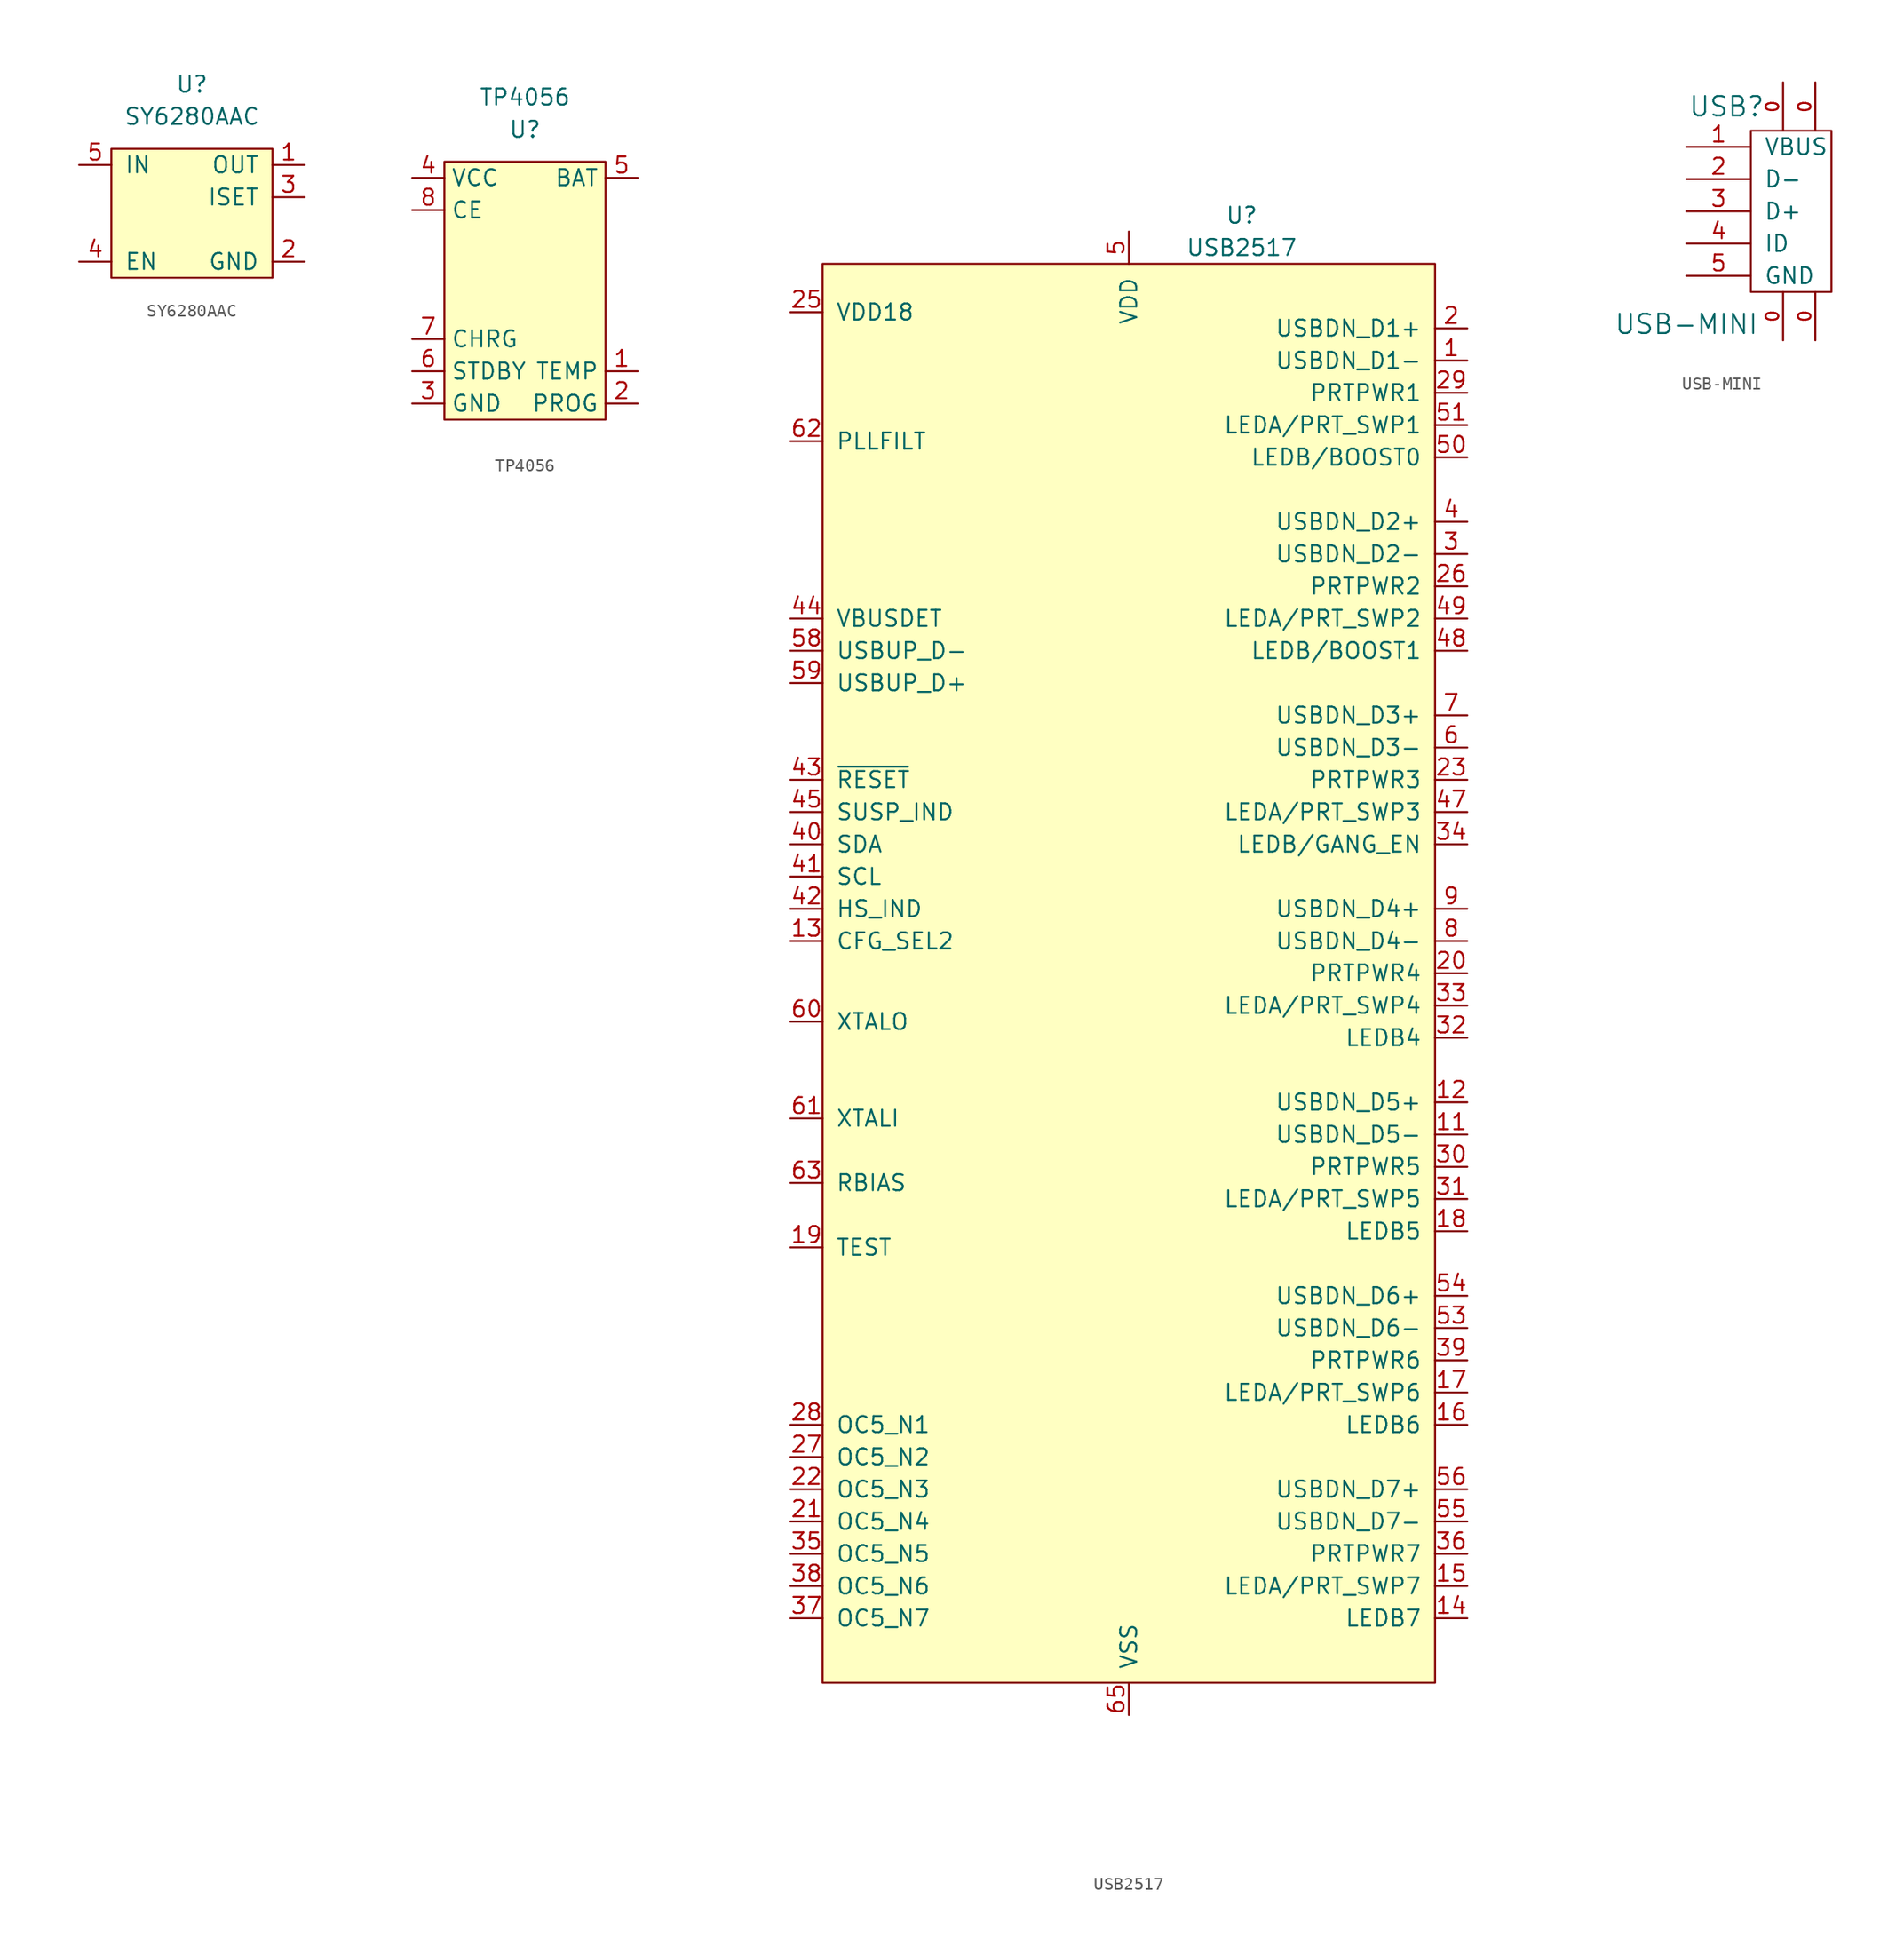
<source format=kicad_sym>
(kicad_symbol_lib
  (version 20211014)
  (generator kicad_symbol_editor)
  (symbol "SY6280AAC"
    (pin_names
      (offset 1.016))
    (property "Reference" "U"
      (at 0 10.16 0)
      (effects (font (size 1.27 1.27))))
    (property "Value" "SY6280AAC"
      (at 0 7.62 0)
      (effects (font (size 1.27 1.27))))
    (symbol "SY6280AAC_0_1"
      (rectangle (start -6.35 5.08) (end 6.35 -5.08) (stroke (width 0) (type default) (color 0 0 0 0)) (fill (type background))))
    (symbol "SY6280AAC_1_1"
      (pin input line (at 8.89 3.81 180) (length 2.54) (name "OUT" (effects (font (size 1.27 1.27)))) (number "1" (effects (font (size 1.27 1.27)))))
      (pin input line (at 8.89 -3.81 180) (length 2.54) (name "GND" (effects (font (size 1.27 1.27)))) (number "2" (effects (font (size 1.27 1.27)))))
      (pin input line (at 8.89 1.27 180) (length 2.54) (name "ISET" (effects (font (size 1.27 1.27)))) (number "3" (effects (font (size 1.27 1.27)))))
      (pin input line (at -8.89 -3.81 0) (length 2.54) (name "EN" (effects (font (size 1.27 1.27)))) (number "4" (effects (font (size 1.27 1.27)))))
      (pin input line (at -8.89 3.81 0) (length 2.54) (name "IN" (effects (font (size 1.27 1.27)))) (number "5" (effects (font (size 1.27 1.27)))))))
  (symbol "TP4056"
    (property "Reference" "U"
      (at 0 12.7 0)
      (effects (font (size 1.27 1.27))))
    (property "Value" "TP4056"
      (at 0 15.24 0)
      (effects (font (size 1.27 1.27))))
    (symbol "TP4056_0_1"
      (rectangle (start -6.35 10.16) (end 6.35 -10.16) (stroke (width 0) (type default) (color 0 0 0 0)) (fill (type background))))
    (symbol "TP4056_1_1"
      (pin input line (at 8.89 -6.35 180) (length 2.54) (name "TEMP" (effects (font (size 1.27 1.27)))) (number "1" (effects (font (size 1.27 1.27)))))
      (pin input line (at 8.89 -8.89 180) (length 2.54) (name "PROG" (effects (font (size 1.27 1.27)))) (number "2" (effects (font (size 1.27 1.27)))))
      (pin input line (at -8.89 -8.89 0) (length 2.54) (name "GND" (effects (font (size 1.27 1.27)))) (number "3" (effects (font (size 1.27 1.27)))))
      (pin input line (at -8.89 8.89 0) (length 2.54) (name "VCC" (effects (font (size 1.27 1.27)))) (number "4" (effects (font (size 1.27 1.27)))))
      (pin input line (at 8.89 8.89 180) (length 2.54) (name "BAT" (effects (font (size 1.27 1.27)))) (number "5" (effects (font (size 1.27 1.27)))))
      (pin input line (at -8.89 -6.35 0) (length 2.54) (name "STDBY" (effects (font (size 1.27 1.27)))) (number "6" (effects (font (size 1.27 1.27)))))
      (pin input line (at -8.89 -3.81 0) (length 2.54) (name "CHRG" (effects (font (size 1.27 1.27)))) (number "7" (effects (font (size 1.27 1.27)))))
      (pin input line (at -8.89 6.35 0) (length 2.54) (name "CE" (effects (font (size 1.27 1.27)))) (number "8" (effects (font (size 1.27 1.27)))))))
  (symbol "USB2517"
    (pin_names
      (offset 1.016))
    (property "Reference" "U"
      (at 8.89 59.69 0)
      (effects (font (size 1.27 1.27))))
    (property "Value" "USB2517"
      (at 8.89 57.15 0)
      (effects (font (size 1.27 1.27))))
    (symbol "USB2517_0_1"
      (rectangle (start 24.13 -55.88) (end -24.13 55.88) (stroke (width 0) (type default) (color 0 0 0 0)) (fill (type background))))
    (symbol "USB2517_1_1"
      (pin passive line (at 26.67 48.26 180) (length 2.54) (name "USBDN_D1-" (effects (font (size 1.27 1.27)))) (number "1" (effects (font (size 1.27 1.27)))))
      (pin passive line (at 0 58.42 270) (length 2.54) hide (name "VDD" (effects (font (size 1.27 1.27)))) (number "10" (effects (font (size 1.27 1.27)))))
      (pin passive line (at 26.67 -12.7 180) (length 2.54) (name "USBDN_D5-" (effects (font (size 1.27 1.27)))) (number "11" (effects (font (size 1.27 1.27)))))
      (pin passive line (at 26.67 -10.16 180) (length 2.54) (name "USBDN_D5+" (effects (font (size 1.27 1.27)))) (number "12" (effects (font (size 1.27 1.27)))))
      (pin passive line (at -26.67 2.54 0) (length 2.54) (name "CFG_SEL2" (effects (font (size 1.27 1.27)))) (number "13" (effects (font (size 1.27 1.27)))))
      (pin passive line (at 26.67 -50.8 180) (length 2.54) (name "LEDB7" (effects (font (size 1.27 1.27)))) (number "14" (effects (font (size 1.27 1.27)))))
      (pin passive line (at 26.67 -48.26 180) (length 2.54) (name "LEDA/PRT_SWP7" (effects (font (size 1.27 1.27)))) (number "15" (effects (font (size 1.27 1.27)))))
      (pin passive line (at 26.67 -35.56 180) (length 2.54) (name "LEDB6" (effects (font (size 1.27 1.27)))) (number "16" (effects (font (size 1.27 1.27)))))
      (pin passive line (at 26.67 -33.02 180) (length 2.54) (name "LEDA/PRT_SWP6" (effects (font (size 1.27 1.27)))) (number "17" (effects (font (size 1.27 1.27)))))
      (pin passive line (at 26.67 -20.32 180) (length 2.54) (name "LEDB5" (effects (font (size 1.27 1.27)))) (number "18" (effects (font (size 1.27 1.27)))))
      (pin passive line (at -26.67 -21.59 0) (length 2.54) (name "TEST" (effects (font (size 1.27 1.27)))) (number "19" (effects (font (size 1.27 1.27)))))
      (pin passive line (at 26.67 50.8 180) (length 2.54) (name "USBDN_D1+" (effects (font (size 1.27 1.27)))) (number "2" (effects (font (size 1.27 1.27)))))
      (pin passive line (at 26.67 0 180) (length 2.54) (name "PRTPWR4" (effects (font (size 1.27 1.27)))) (number "20" (effects (font (size 1.27 1.27)))))
      (pin passive line (at -26.67 -43.18 0) (length 2.54) (name "OC5_N4" (effects (font (size 1.27 1.27)))) (number "21" (effects (font (size 1.27 1.27)))))
      (pin passive line (at -26.67 -40.64 0) (length 2.54) (name "OC5_N3" (effects (font (size 1.27 1.27)))) (number "22" (effects (font (size 1.27 1.27)))))
      (pin passive line (at 26.67 15.24 180) (length 2.54) (name "PRTPWR3" (effects (font (size 1.27 1.27)))) (number "23" (effects (font (size 1.27 1.27)))))
      (pin passive line (at 0 58.42 270) (length 2.54) hide (name "VDD" (effects (font (size 1.27 1.27)))) (number "24" (effects (font (size 1.27 1.27)))))
      (pin passive line (at -26.67 52.07 0) (length 2.54) (name "VDD18" (effects (font (size 1.27 1.27)))) (number "25" (effects (font (size 1.27 1.27)))))
      (pin passive line (at 26.67 30.48 180) (length 2.54) (name "PRTPWR2" (effects (font (size 1.27 1.27)))) (number "26" (effects (font (size 1.27 1.27)))))
      (pin passive line (at -26.67 -38.1 0) (length 2.54) (name "OC5_N2" (effects (font (size 1.27 1.27)))) (number "27" (effects (font (size 1.27 1.27)))))
      (pin passive line (at -26.67 -35.56 0) (length 2.54) (name "OC5_N1" (effects (font (size 1.27 1.27)))) (number "28" (effects (font (size 1.27 1.27)))))
      (pin passive line (at 26.67 45.72 180) (length 2.54) (name "PRTPWR1" (effects (font (size 1.27 1.27)))) (number "29" (effects (font (size 1.27 1.27)))))
      (pin passive line (at 26.67 33.02 180) (length 2.54) (name "USBDN_D2-" (effects (font (size 1.27 1.27)))) (number "3" (effects (font (size 1.27 1.27)))))
      (pin passive line (at 26.67 -15.24 180) (length 2.54) (name "PRTPWR5" (effects (font (size 1.27 1.27)))) (number "30" (effects (font (size 1.27 1.27)))))
      (pin passive line (at 26.67 -17.78 180) (length 2.54) (name "LEDA/PRT_SWP5" (effects (font (size 1.27 1.27)))) (number "31" (effects (font (size 1.27 1.27)))))
      (pin passive line (at 26.67 -5.08 180) (length 2.54) (name "LEDB4" (effects (font (size 1.27 1.27)))) (number "32" (effects (font (size 1.27 1.27)))))
      (pin passive line (at 26.67 -2.54 180) (length 2.54) (name "LEDA/PRT_SWP4" (effects (font (size 1.27 1.27)))) (number "33" (effects (font (size 1.27 1.27)))))
      (pin passive line (at 26.67 10.16 180) (length 2.54) (name "LEDB/GANG_EN" (effects (font (size 1.27 1.27)))) (number "34" (effects (font (size 1.27 1.27)))))
      (pin passive line (at -26.67 -45.72 0) (length 2.54) (name "OC5_N5" (effects (font (size 1.27 1.27)))) (number "35" (effects (font (size 1.27 1.27)))))
      (pin passive line (at 26.67 -45.72 180) (length 2.54) (name "PRTPWR7" (effects (font (size 1.27 1.27)))) (number "36" (effects (font (size 1.27 1.27)))))
      (pin passive line (at -26.67 -50.8 0) (length 2.54) (name "OC5_N7" (effects (font (size 1.27 1.27)))) (number "37" (effects (font (size 1.27 1.27)))))
      (pin passive line (at -26.67 -48.26 0) (length 2.54) (name "OC5_N6" (effects (font (size 1.27 1.27)))) (number "38" (effects (font (size 1.27 1.27)))))
      (pin passive line (at 26.67 -30.48 180) (length 2.54) (name "PRTPWR6" (effects (font (size 1.27 1.27)))) (number "39" (effects (font (size 1.27 1.27)))))
      (pin passive line (at 26.67 35.56 180) (length 2.54) (name "USBDN_D2+" (effects (font (size 1.27 1.27)))) (number "4" (effects (font (size 1.27 1.27)))))
      (pin passive line (at -26.67 10.16 0) (length 2.54) (name "SDA" (effects (font (size 1.27 1.27)))) (number "40" (effects (font (size 1.27 1.27)))))
      (pin passive line (at -26.67 7.62 0) (length 2.54) (name "SCL" (effects (font (size 1.27 1.27)))) (number "41" (effects (font (size 1.27 1.27)))))
      (pin passive line (at -26.67 5.08 0) (length 2.54) (name "HS_IND" (effects (font (size 1.27 1.27)))) (number "42" (effects (font (size 1.27 1.27)))))
      (pin passive line (at -26.67 15.24 0) (length 2.54) (name "~{RESET}" (effects (font (size 1.27 1.27)))) (number "43" (effects (font (size 1.27 1.27)))))
      (pin passive line (at -26.67 27.94 0) (length 2.54) (name "VBUSDET" (effects (font (size 1.27 1.27)))) (number "44" (effects (font (size 1.27 1.27)))))
      (pin passive line (at -26.67 12.7 0) (length 2.54) (name "SUSP_IND" (effects (font (size 1.27 1.27)))) (number "45" (effects (font (size 1.27 1.27)))))
      (pin passive line (at 0 58.42 270) (length 2.54) hide (name "VDD" (effects (font (size 1.27 1.27)))) (number "46" (effects (font (size 1.27 1.27)))))
      (pin passive line (at 26.67 12.7 180) (length 2.54) (name "LEDA/PRT_SWP3" (effects (font (size 1.27 1.27)))) (number "47" (effects (font (size 1.27 1.27)))))
      (pin passive line (at 26.67 25.4 180) (length 2.54) (name "LEDB/BOOST1" (effects (font (size 1.27 1.27)))) (number "48" (effects (font (size 1.27 1.27)))))
      (pin passive line (at 26.67 27.94 180) (length 2.54) (name "LEDA/PRT_SWP2" (effects (font (size 1.27 1.27)))) (number "49" (effects (font (size 1.27 1.27)))))
      (pin passive line (at 0 58.42 270) (length 2.54) (name "VDD" (effects (font (size 1.27 1.27)))) (number "5" (effects (font (size 1.27 1.27)))))
      (pin passive line (at 26.67 40.64 180) (length 2.54) (name "LEDB/BOOST0" (effects (font (size 1.27 1.27)))) (number "50" (effects (font (size 1.27 1.27)))))
      (pin passive line (at 26.67 43.18 180) (length 2.54) (name "LEDA/PRT_SWP1" (effects (font (size 1.27 1.27)))) (number "51" (effects (font (size 1.27 1.27)))))
      (pin passive line (at 0 58.42 270) (length 2.54) hide (name "VDD" (effects (font (size 1.27 1.27)))) (number "52" (effects (font (size 1.27 1.27)))))
      (pin passive line (at 26.67 -27.94 180) (length 2.54) (name "USBDN_D6-" (effects (font (size 1.27 1.27)))) (number "53" (effects (font (size 1.27 1.27)))))
      (pin passive line (at 26.67 -25.4 180) (length 2.54) (name "USBDN_D6+" (effects (font (size 1.27 1.27)))) (number "54" (effects (font (size 1.27 1.27)))))
      (pin passive line (at 26.67 -43.18 180) (length 2.54) (name "USBDN_D7-" (effects (font (size 1.27 1.27)))) (number "55" (effects (font (size 1.27 1.27)))))
      (pin passive line (at 26.67 -40.64 180) (length 2.54) (name "USBDN_D7+" (effects (font (size 1.27 1.27)))) (number "56" (effects (font (size 1.27 1.27)))))
      (pin passive line (at 0 58.42 270) (length 2.54) hide (name "VDD" (effects (font (size 1.27 1.27)))) (number "57" (effects (font (size 1.27 1.27)))))
      (pin passive line (at -26.67 25.4 0) (length 2.54) (name "USBUP_D-" (effects (font (size 1.27 1.27)))) (number "58" (effects (font (size 1.27 1.27)))))
      (pin passive line (at -26.67 22.86 0) (length 2.54) (name "USBUP_D+" (effects (font (size 1.27 1.27)))) (number "59" (effects (font (size 1.27 1.27)))))
      (pin passive line (at 26.67 17.78 180) (length 2.54) (name "USBDN_D3-" (effects (font (size 1.27 1.27)))) (number "6" (effects (font (size 1.27 1.27)))))
      (pin passive line (at -26.67 -3.81 0) (length 2.54) (name "XTALO" (effects (font (size 1.27 1.27)))) (number "60" (effects (font (size 1.27 1.27)))))
      (pin passive line (at -26.67 -11.43 0) (length 2.54) (name "XTALI" (effects (font (size 1.27 1.27)))) (number "61" (effects (font (size 1.27 1.27)))))
      (pin passive line (at -26.67 41.91 0) (length 2.54) (name "PLLFILT" (effects (font (size 1.27 1.27)))) (number "62" (effects (font (size 1.27 1.27)))))
      (pin passive line (at -26.67 -16.51 0) (length 2.54) (name "RBIAS" (effects (font (size 1.27 1.27)))) (number "63" (effects (font (size 1.27 1.27)))))
      (pin passive line (at 0 58.42 270) (length 2.54) hide (name "VDD" (effects (font (size 1.27 1.27)))) (number "64" (effects (font (size 1.27 1.27)))))
      (pin passive line (at 0 -58.42 90) (length 2.54) (name "VSS" (effects (font (size 1.27 1.27)))) (number "65" (effects (font (size 1.27 1.27)))))
      (pin passive line (at 26.67 20.32 180) (length 2.54) (name "USBDN_D3+" (effects (font (size 1.27 1.27)))) (number "7" (effects (font (size 1.27 1.27)))))
      (pin passive line (at 26.67 2.54 180) (length 2.54) (name "USBDN_D4-" (effects (font (size 1.27 1.27)))) (number "8" (effects (font (size 1.27 1.27)))))
      (pin passive line (at 26.67 5.08 180) (length 2.54) (name "USBDN_D4+" (effects (font (size 1.27 1.27)))) (number "9" (effects (font (size 1.27 1.27)))))))
  (symbol "USB-MINI"
    (pin_names
      (offset 1.016))
    (property "Reference" "USB"
      (at -4.445 8.255 0)
      (effects (font (size 1.524 1.524))))
    (property "Value" "USB-MINI"
      (at -7.62 -8.89 0)
      (effects (font (size 1.524 1.524))))
    (property "Footprint" ""
      (at 2.54 0 0)
      (effects (font (size 1.524 1.524))))
    (property "Datasheet" ""
      (at 2.54 0 0)
      (effects (font (size 1.524 1.524))))
    (symbol "USB-MINI_0_1"
      (rectangle (start 3.81 6.35) (end -2.54 -6.35) (stroke (width 0) (type default) (color 0 0 0 0)) (fill (type none))))
    (symbol "USB-MINI_1_1"
      (pin passive line (at 0 -10.16 90) (length 3.81) (name "~" (effects (font (size 0.991 0.991)))) (number "0" (effects (font (size 0.991 0.991)))))
      (pin passive line (at 0 10.16 270) (length 3.81) (name "~" (effects (font (size 0.991 0.991)))) (number "0" (effects (font (size 0.991 0.991)))))
      (pin passive line (at 2.54 -10.16 90) (length 3.81) (name "~" (effects (font (size 0.991 0.991)))) (number "0" (effects (font (size 0.991 0.991)))))
      (pin passive line (at 2.54 10.16 270) (length 3.81) (name "~" (effects (font (size 0.991 0.991)))) (number "0" (effects (font (size 0.991 0.991)))))
      (pin input line (at -7.62 5.08 0) (length 5.08) (name "VBUS" (effects (font (size 1.27 1.27)))) (number "1" (effects (font (size 1.27 1.27)))))
      (pin bidirectional line (at -7.62 2.54 0) (length 5.08) (name "D-" (effects (font (size 1.27 1.27)))) (number "2" (effects (font (size 1.27 1.27)))))
      (pin bidirectional line (at -7.62 0 0) (length 5.08) (name "D+" (effects (font (size 1.27 1.27)))) (number "3" (effects (font (size 1.27 1.27)))))
      (pin input line (at -7.62 -2.54 0) (length 5.08) (name "ID" (effects (font (size 1.27 1.27)))) (number "4" (effects (font (size 1.27 1.27)))))
      (pin power_in line (at -7.62 -5.08 0) (length 5.08) (name "GND" (effects (font (size 1.27 1.27)))) (number "5" (effects (font (size 1.27 1.27))))))))
</source>
